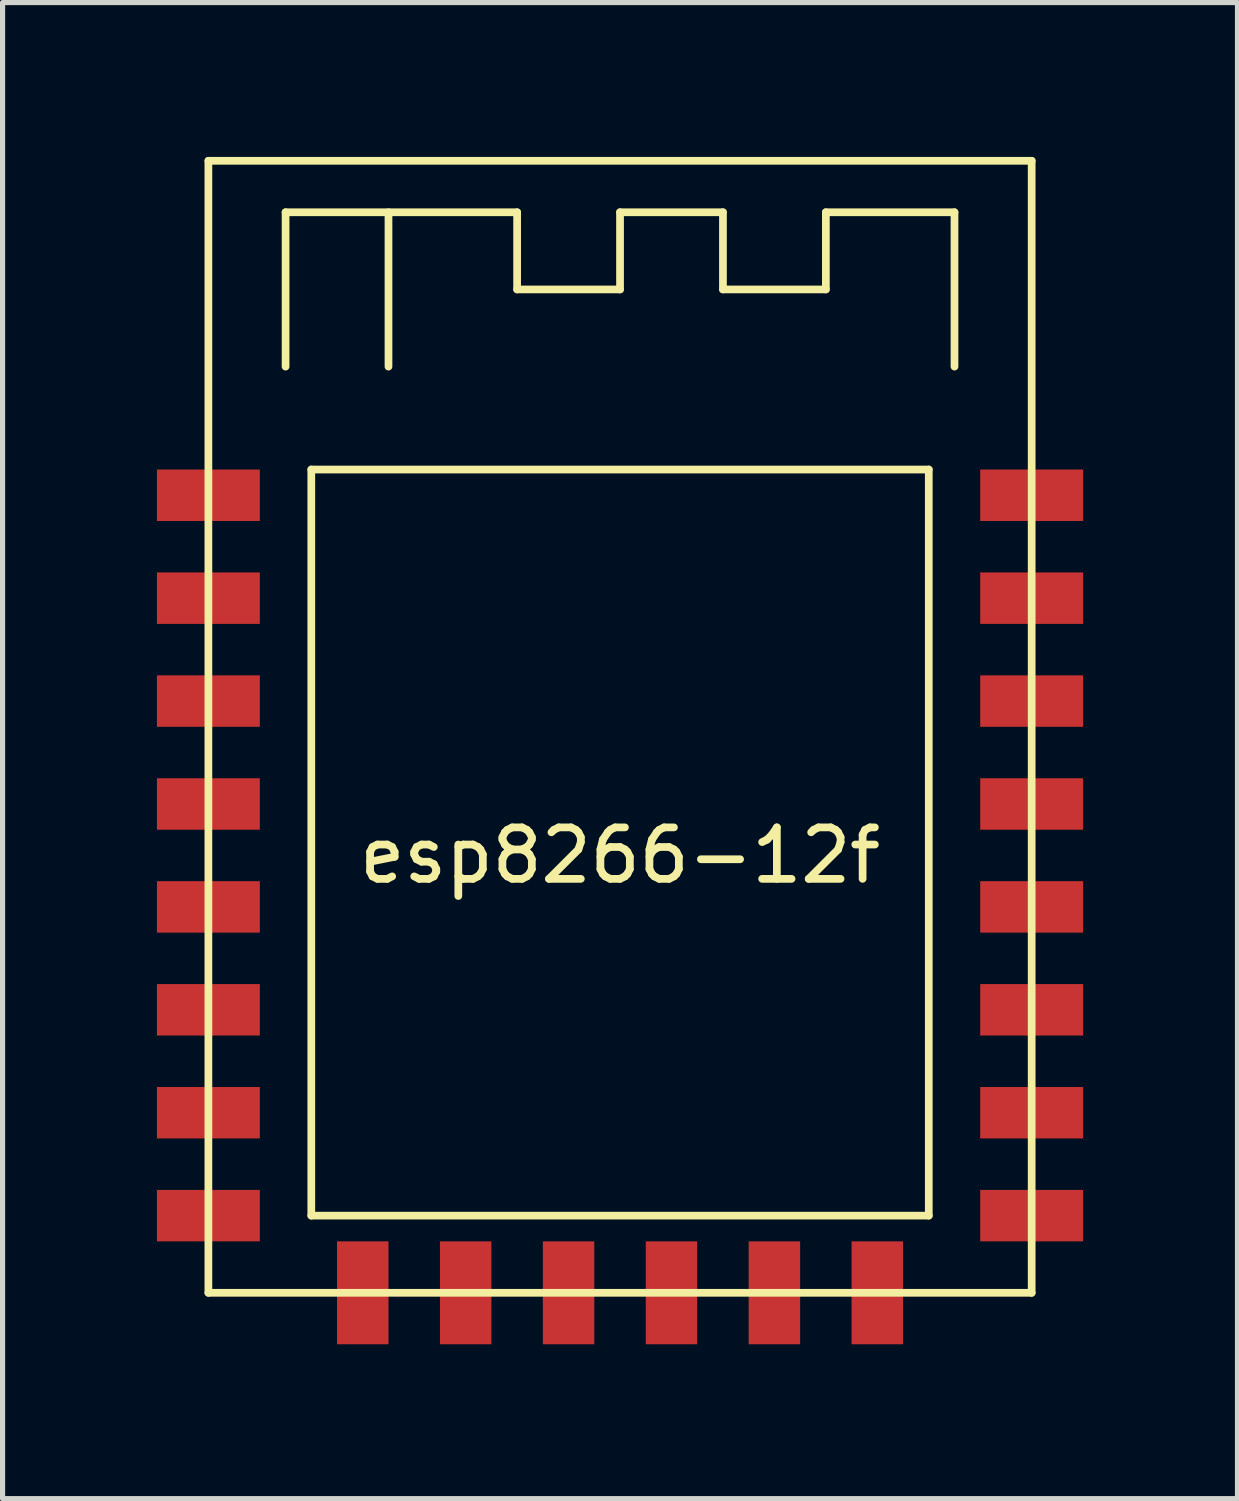
<source format=kicad_pcb>
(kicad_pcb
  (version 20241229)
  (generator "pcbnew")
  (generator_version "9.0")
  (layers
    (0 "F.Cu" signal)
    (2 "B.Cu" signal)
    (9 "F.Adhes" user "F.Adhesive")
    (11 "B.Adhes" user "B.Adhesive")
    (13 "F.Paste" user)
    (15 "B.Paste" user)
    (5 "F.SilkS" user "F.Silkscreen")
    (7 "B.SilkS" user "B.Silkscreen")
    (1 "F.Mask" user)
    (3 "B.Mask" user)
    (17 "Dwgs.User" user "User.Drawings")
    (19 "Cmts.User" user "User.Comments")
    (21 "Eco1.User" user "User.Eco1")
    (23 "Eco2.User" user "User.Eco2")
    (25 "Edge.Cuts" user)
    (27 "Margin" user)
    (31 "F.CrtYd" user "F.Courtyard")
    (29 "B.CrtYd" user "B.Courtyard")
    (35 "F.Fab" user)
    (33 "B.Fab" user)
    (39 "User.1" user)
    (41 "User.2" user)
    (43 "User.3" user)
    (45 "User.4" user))
  (footprint "esp8266-12f"
    (layer "F.Cu")
    (at 9 12.575)
    (property "Reference" "esp8266-12f" (at 0 1 0) (layer "F.SilkS") (effects (font (size 1 1) (thickness 0.15))))
    (attr through_hole)
    (fp_line (start -8 -12.5) (end 8 -12.5) (stroke (width 0.15) (type solid)) (layer "F.SilkS"))
    (fp_line (start -8 9.5) (end -8 -12.5) (stroke (width 0.15) (type solid)) (layer "F.SilkS"))
    (fp_line (start -6.5 -11.5) (end -2 -11.5) (stroke (width 0.15) (type solid)) (layer "F.SilkS"))
    (fp_line (start -6.5 -8.5) (end -6.5 -11.5) (stroke (width 0.15) (type solid)) (layer "F.SilkS"))
    (fp_line (start -6 -6.5) (end 6 -6.5) (stroke (width 0.15) (type solid)) (layer "F.SilkS"))
    (fp_line (start -6 8) (end -6 -6.5) (stroke (width 0.15) (type solid)) (layer "F.SilkS"))
    (fp_line (start -4.5 -8.5) (end -4.5 -11.5) (stroke (width 0.15) (type solid)) (layer "F.SilkS"))
    (fp_line (start -2 -11.5) (end -2 -10) (stroke (width 0.15) (type solid)) (layer "F.SilkS"))
    (fp_line (start -2 -10) (end 0 -10) (stroke (width 0.15) (type solid)) (layer "F.SilkS"))
    (fp_line (start 0 -11.5) (end 2 -11.5) (stroke (width 0.15) (type solid)) (layer "F.SilkS"))
    (fp_line (start 0 -10) (end 0 -11.5) (stroke (width 0.15) (type solid)) (layer "F.SilkS"))
    (fp_line (start 2 -11.5) (end 2 -10) (stroke (width 0.15) (type solid)) (layer "F.SilkS"))
    (fp_line (start 2 -10) (end 4 -10) (stroke (width 0.15) (type solid)) (layer "F.SilkS"))
    (fp_line (start 4 -11.5) (end 6.5 -11.5) (stroke (width 0.15) (type solid)) (layer "F.SilkS"))
    (fp_line (start 4 -10) (end 4 -11.5) (stroke (width 0.15) (type solid)) (layer "F.SilkS"))
    (fp_line (start 6 -6.5) (end 6 8) (stroke (width 0.15) (type solid)) (layer "F.SilkS"))
    (fp_line (start 6 8) (end -6 8) (stroke (width 0.15) (type solid)) (layer "F.SilkS"))
    (fp_line (start 6.5 -11.5) (end 6.5 -8.5) (stroke (width 0.15) (type solid)) (layer "F.SilkS"))
    (fp_line (start 8 -12.5) (end 8 9.5) (stroke (width 0.15) (type solid)) (layer "F.SilkS"))
    (fp_line (start 8 9.5) (end -8 9.5) (stroke (width 0.15) (type solid)) (layer "F.SilkS"))
    (pad "1" smd rect (at -8 -6) (size 2 1) (layers "F.Cu" "F.Mask" "F.Paste"))
    (pad "2" smd rect (at -8 -4) (size 2 1) (layers "F.Cu" "F.Mask" "F.Paste"))
    (pad "3" smd rect (at -8 -2) (size 2 1) (layers "F.Cu" "F.Mask" "F.Paste"))
    (pad "4" smd rect (at -8 0) (size 2 1) (layers "F.Cu" "F.Mask" "F.Paste"))
    (pad "5" smd rect (at -8 2) (size 2 1) (layers "F.Cu" "F.Mask" "F.Paste"))
    (pad "6" smd rect (at -8 4) (size 2 1) (layers "F.Cu" "F.Mask" "F.Paste"))
    (pad "7" smd rect (at -8 6) (size 2 1) (layers "F.Cu" "F.Mask" "F.Paste"))
    (pad "8" smd rect (at -8 8) (size 2 1) (layers "F.Cu" "F.Mask" "F.Paste"))
    (pad "9" smd rect (at -5 9.5) (size 1 2) (layers "F.Cu" "F.Mask" "F.Paste"))
    (pad "10" smd rect (at -3 9.5) (size 1 2) (layers "F.Cu" "F.Mask" "F.Paste"))
    (pad "11" smd rect (at -1 9.5) (size 1 2) (layers "F.Cu" "F.Mask" "F.Paste"))
    (pad "12" smd rect (at 1 9.5) (size 1 2) (layers "F.Cu" "F.Mask" "F.Paste"))
    (pad "13" smd rect (at 3 9.5) (size 1 2) (layers "F.Cu" "F.Mask" "F.Paste"))
    (pad "14" smd rect (at 5 9.5) (size 1 2) (layers "F.Cu" "F.Mask" "F.Paste"))
    (pad "15" smd rect (at 8 8) (size 2 1) (layers "F.Cu" "F.Mask" "F.Paste"))
    (pad "16" smd rect (at 8 6) (size 2 1) (layers "F.Cu" "F.Mask" "F.Paste"))
    (pad "17" smd rect (at 8 4) (size 2 1) (layers "F.Cu" "F.Mask" "F.Paste"))
    (pad "18" smd rect (at 8 2) (size 2 1) (layers "F.Cu" "F.Mask" "F.Paste"))
    (pad "19" smd rect (at 8 0) (size 2 1) (layers "F.Cu" "F.Mask" "F.Paste"))
    (pad "20" smd rect (at 8 -2) (size 2 1) (layers "F.Cu" "F.Mask" "F.Paste"))
    (pad "21" smd rect (at 8 -4) (size 2 1) (layers "F.Cu" "F.Mask" "F.Paste"))
    (pad "22" smd rect (at 8 -6) (size 2 1) (layers "F.Cu" "F.Mask" "F.Paste")))
  (gr_rect
    (start -3 -3)
    (end 21 26.075)
    (stroke (width 0.1) (type default))
    (fill no)
    (layer "Edge.Cuts")))
</source>
